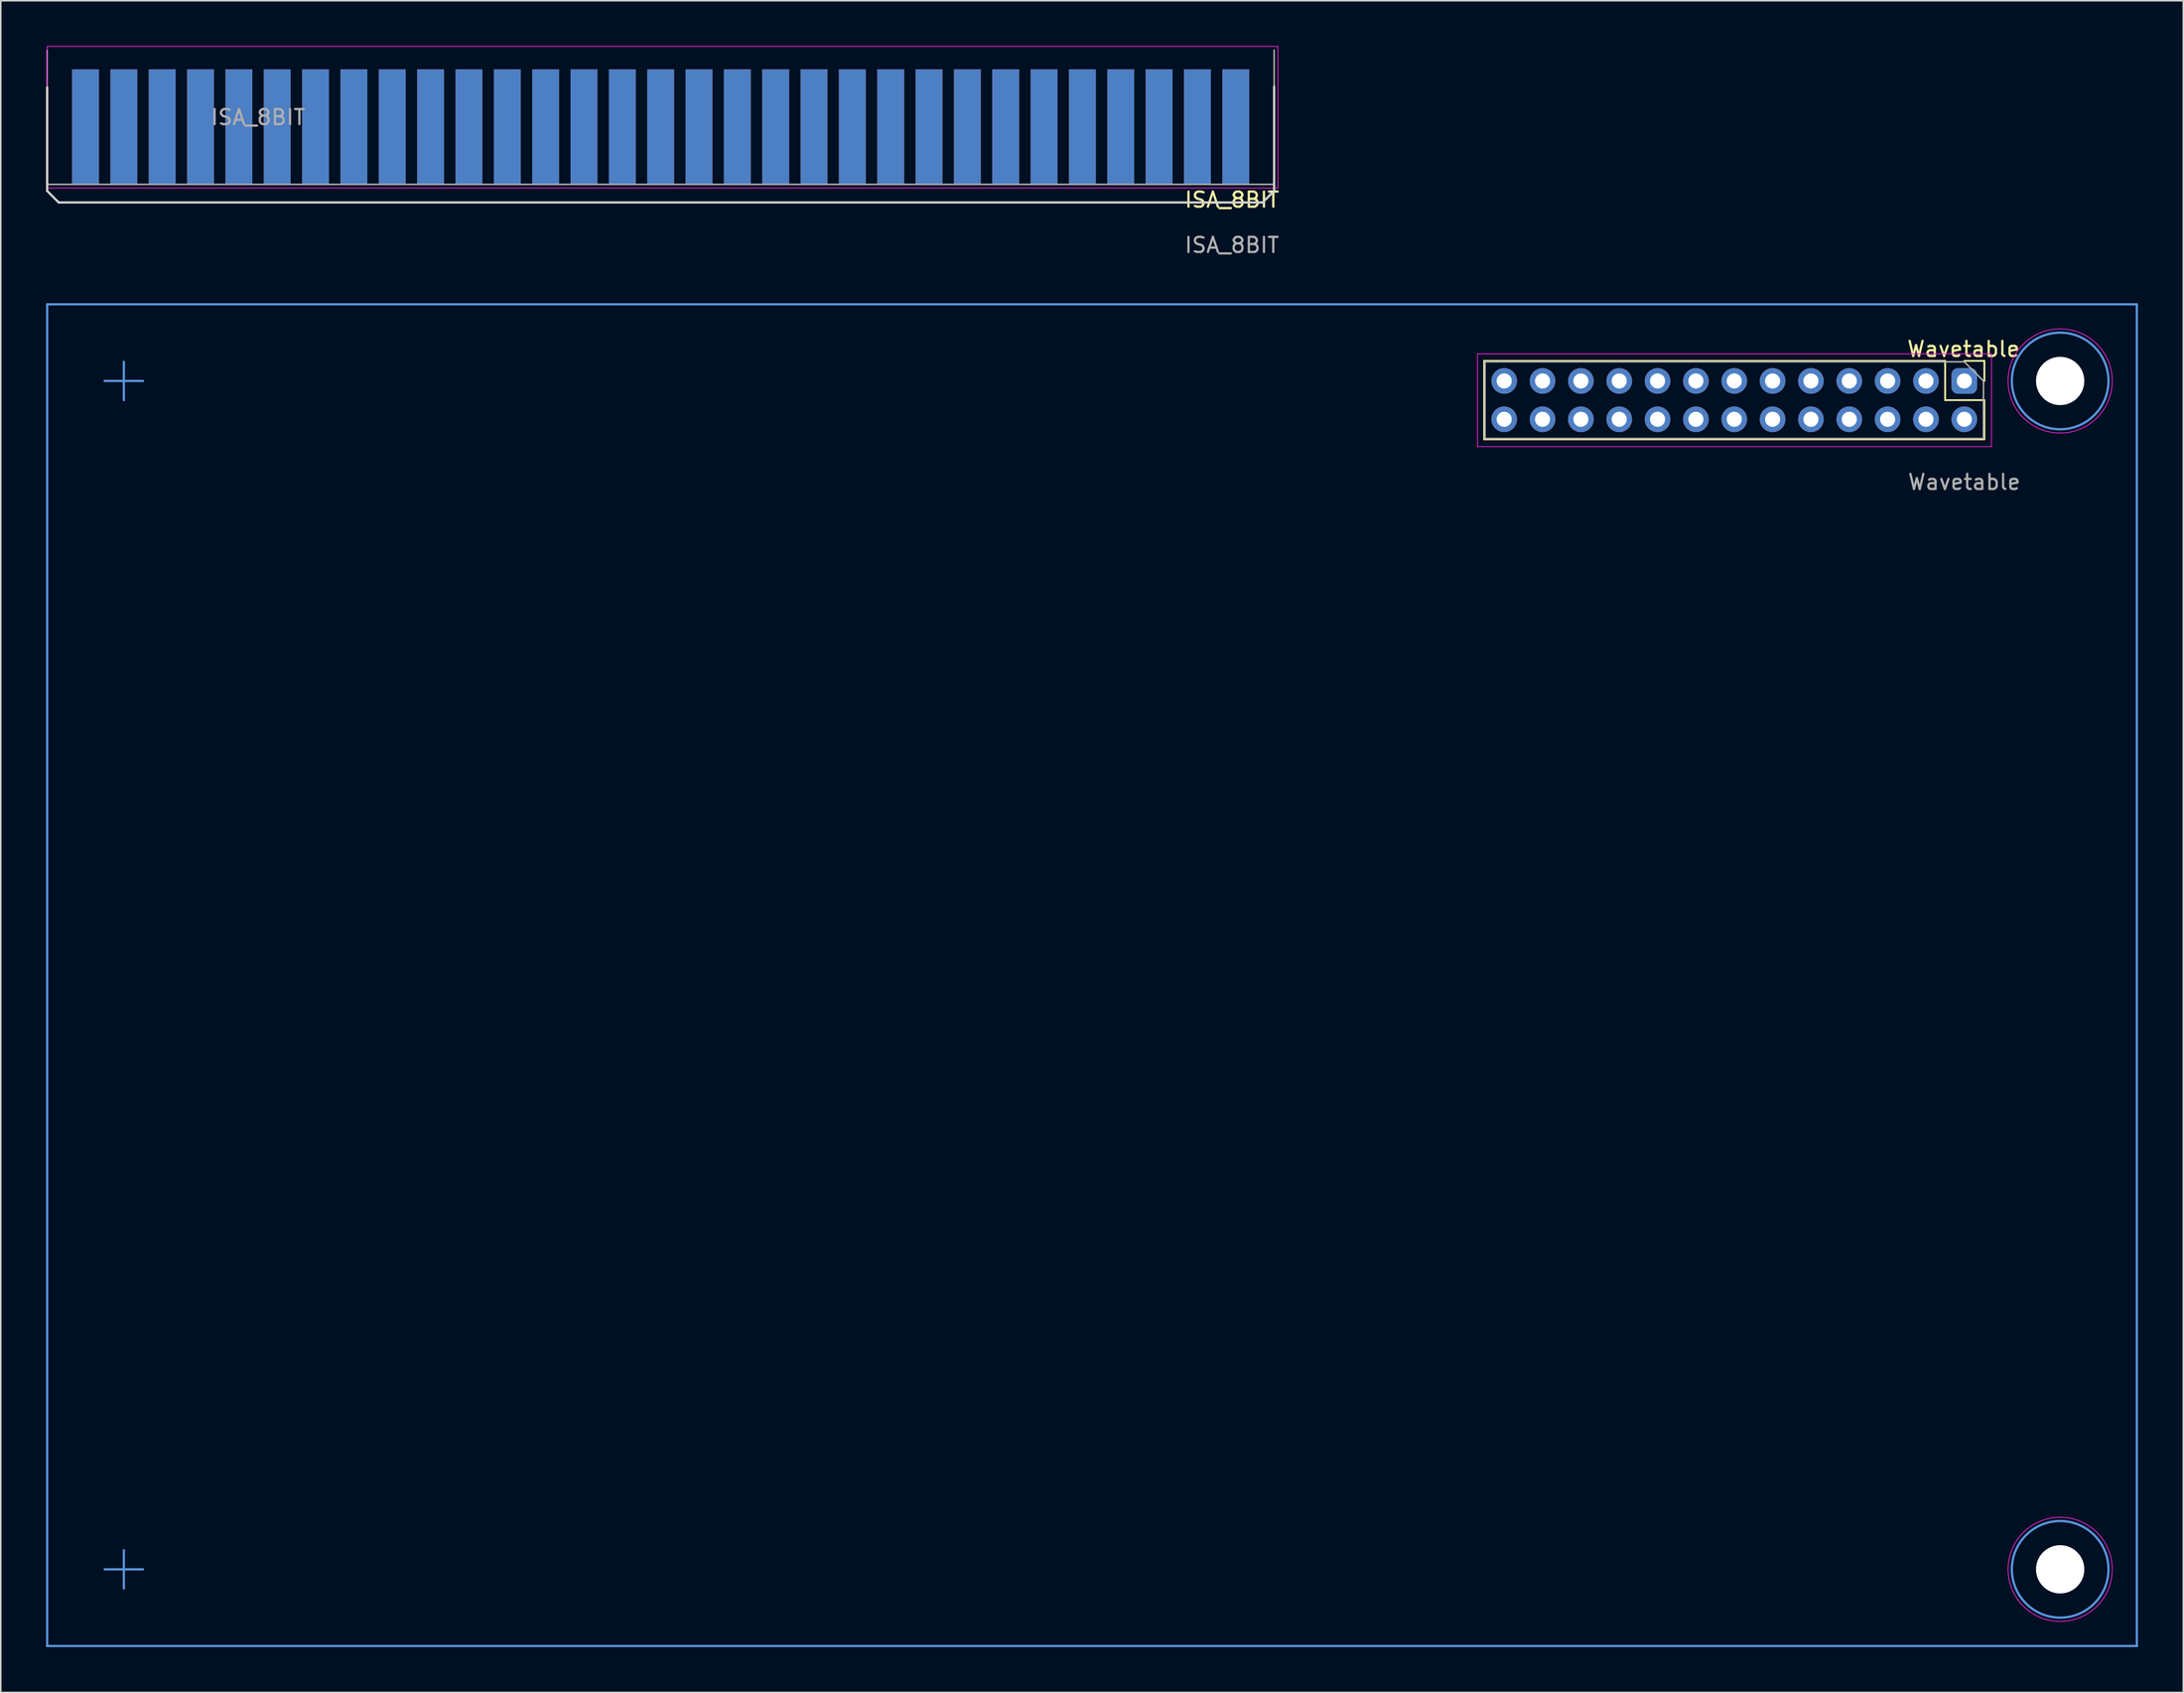
<source format=kicad_pcb>
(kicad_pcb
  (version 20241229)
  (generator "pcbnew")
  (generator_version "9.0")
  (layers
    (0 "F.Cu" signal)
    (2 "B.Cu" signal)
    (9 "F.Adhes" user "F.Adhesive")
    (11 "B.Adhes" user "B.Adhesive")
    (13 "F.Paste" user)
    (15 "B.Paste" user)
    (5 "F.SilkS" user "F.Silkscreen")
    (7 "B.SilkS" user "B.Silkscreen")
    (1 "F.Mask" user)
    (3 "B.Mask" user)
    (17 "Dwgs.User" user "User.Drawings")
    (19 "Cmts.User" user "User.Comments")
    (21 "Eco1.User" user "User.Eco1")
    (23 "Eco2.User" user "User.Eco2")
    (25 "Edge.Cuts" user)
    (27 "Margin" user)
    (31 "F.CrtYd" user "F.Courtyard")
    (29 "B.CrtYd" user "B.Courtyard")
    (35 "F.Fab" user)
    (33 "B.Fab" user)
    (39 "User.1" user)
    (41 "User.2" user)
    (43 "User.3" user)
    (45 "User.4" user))
  (footprint "Wavetable"
    (layer "F.Cu")
    (at 127.075 22.289)
    (property "Reference" "Wavetable" (at -0.051 -2.21 0) (unlocked yes) (layer "F.SilkS") (effects (font (size 1 1) (thickness 0.15))))
    (attr through_hole)
    (fp_line (start -31.81 -1.427) (end -31.81 3.773) (stroke (width 0.12) (type solid)) (layer "F.SilkS"))
    (fp_line (start -1.27 -1.427) (end -31.81 -1.427) (stroke (width 0.12) (type solid)) (layer "F.SilkS"))
    (fp_line (start -1.27 -1.427) (end -1.27 1.173) (stroke (width 0.12) (type solid)) (layer "F.SilkS"))
    (fp_line (start -1.27 1.173) (end 1.33 1.173) (stroke (width 0.12) (type solid)) (layer "F.SilkS"))
    (fp_line (start 0 -1.427) (end 1.33 -1.427) (stroke (width 0.12) (type solid)) (layer "F.SilkS"))
    (fp_line (start 1.33 -1.427) (end 1.33 -0.097) (stroke (width 0.12) (type solid)) (layer "F.SilkS"))
    (fp_line (start 1.33 1.173) (end 1.33 3.773) (stroke (width 0.12) (type solid)) (layer "F.SilkS"))
    (fp_line (start 1.33 3.773) (end -31.81 3.773) (stroke (width 0.12) (type solid)) (layer "F.SilkS"))
    (fp_line (start -127 -5.177) (end 11.43 -5.177) (stroke (width 0.15) (type solid)) (layer "Cmts.User"))
    (fp_line (start -127 83.723) (end -127 -5.177) (stroke (width 0.15) (type solid)) (layer "Cmts.User"))
    (fp_line (start -123.19 -0.097) (end -120.65 -0.097) (stroke (width 0.15) (type solid)) (layer "Cmts.User"))
    (fp_line (start -123.19 78.643) (end -120.65 78.643) (stroke (width 0.15) (type solid)) (layer "Cmts.User"))
    (fp_line (start -121.92 -1.367) (end -121.92 1.173) (stroke (width 0.15) (type solid)) (layer "Cmts.User"))
    (fp_line (start -121.92 77.373) (end -121.92 79.913) (stroke (width 0.15) (type solid)) (layer "Cmts.User"))
    (fp_line (start 11.43 -5.177) (end 11.43 83.723) (stroke (width 0.15) (type solid)) (layer "Cmts.User"))
    (fp_line (start 11.43 83.723) (end -127 83.723) (stroke (width 0.15) (type solid)) (layer "Cmts.User"))
    (fp_circle (center 6.35 -0.097) (end 9.55 -0.097) (stroke (width 0.15) (type solid)) (fill no) (layer "Cmts.User"))
    (fp_circle (center 6.35 78.643) (end 9.55 78.643) (stroke (width 0.15) (type solid)) (fill no) (layer "Cmts.User"))
    (fp_line (start -32.25 -1.897) (end -32.25 4.253) (stroke (width 0.05) (type solid)) (layer "F.CrtYd"))
    (fp_line (start -32.25 4.253) (end 1.8 4.253) (stroke (width 0.05) (type solid)) (layer "F.CrtYd"))
    (fp_line (start 1.8 -1.897) (end -32.25 -1.897) (stroke (width 0.05) (type solid)) (layer "F.CrtYd"))
    (fp_line (start 1.8 4.253) (end 1.8 -1.897) (stroke (width 0.05) (type solid)) (layer "F.CrtYd"))
    (fp_circle (center 6.35 -0.097) (end 9.8 -0.097) (stroke (width 0.05) (type solid)) (fill no) (layer "F.CrtYd"))
    (fp_circle (center 6.35 78.643) (end 9.8 78.643) (stroke (width 0.05) (type solid)) (fill no) (layer "F.CrtYd"))
    (fp_line (start -31.75 -1.367) (end 0 -1.367) (stroke (width 0.1) (type solid)) (layer "F.Fab"))
    (fp_line (start -31.75 3.713) (end -31.75 -1.367) (stroke (width 0.1) (type solid)) (layer "F.Fab"))
    (fp_line (start 0 -1.367) (end 1.27 -0.097) (stroke (width 0.1) (type solid)) (layer "F.Fab"))
    (fp_line (start 1.27 -0.097) (end 1.27 3.713) (stroke (width 0.1) (type solid)) (layer "F.Fab"))
    (fp_line (start 1.27 3.713) (end -31.75 3.713) (stroke (width 0.1) (type solid)) (layer "F.Fab"))
    (fp_text user "${REFERENCE}" (at 0 6.604 0) (unlocked yes) (layer "F.Fab") (effects (font (size 1 1) (thickness 0.15))))
    (pad "" np_thru_hole circle (at 6.35 -0.097) (size 3.2 3.2) (drill 3.2) (layers "*.Cu" "*.Mask"))
    (pad "" np_thru_hole circle (at 6.35 78.643) (size 3.2 3.2) (drill 3.2) (layers "*.Cu" "*.Mask"))
    (pad "1" thru_hole roundrect (at 0 -0.097 270) (size 1.7 1.7) (drill 1) (layers "*.Cu" "*.Mask") (roundrect_rratio 0.25))
    (pad "2" thru_hole oval (at 0 2.443 270) (size 1.7 1.7) (drill 1) (layers "*.Cu" "*.Mask"))
    (pad "3" thru_hole oval (at -2.54 -0.097 270) (size 1.7 1.7) (drill 1) (layers "*.Cu" "*.Mask"))
    (pad "4" thru_hole oval (at -2.54 2.443 270) (size 1.7 1.7) (drill 1) (layers "*.Cu" "*.Mask"))
    (pad "5" thru_hole oval (at -5.08 -0.097 270) (size 1.7 1.7) (drill 1) (layers "*.Cu" "*.Mask"))
    (pad "6" thru_hole oval (at -5.08 2.443 270) (size 1.7 1.7) (drill 1) (layers "*.Cu" "*.Mask"))
    (pad "7" thru_hole oval (at -7.62 -0.097 270) (size 1.7 1.7) (drill 1) (layers "*.Cu" "*.Mask"))
    (pad "8" thru_hole oval (at -7.62 2.443 270) (size 1.7 1.7) (drill 1) (layers "*.Cu" "*.Mask"))
    (pad "9" thru_hole oval (at -10.16 -0.097 270) (size 1.7 1.7) (drill 1) (layers "*.Cu" "*.Mask"))
    (pad "10" thru_hole oval (at -10.16 2.443 270) (size 1.7 1.7) (drill 1) (layers "*.Cu" "*.Mask"))
    (pad "11" thru_hole oval (at -12.7 -0.097 270) (size 1.7 1.7) (drill 1) (layers "*.Cu" "*.Mask"))
    (pad "12" thru_hole oval (at -12.7 2.443 270) (size 1.7 1.7) (drill 1) (layers "*.Cu" "*.Mask"))
    (pad "13" thru_hole oval (at -15.24 -0.097 270) (size 1.7 1.7) (drill 1) (layers "*.Cu" "*.Mask"))
    (pad "14" thru_hole oval (at -15.24 2.443 270) (size 1.7 1.7) (drill 1) (layers "*.Cu" "*.Mask"))
    (pad "15" thru_hole oval (at -17.78 -0.097 270) (size 1.7 1.7) (drill 1) (layers "*.Cu" "*.Mask"))
    (pad "16" thru_hole oval (at -17.78 2.443 270) (size 1.7 1.7) (drill 1) (layers "*.Cu" "*.Mask"))
    (pad "17" thru_hole oval (at -20.32 -0.097 270) (size 1.7 1.7) (drill 1) (layers "*.Cu" "*.Mask"))
    (pad "18" thru_hole oval (at -20.32 2.443 270) (size 1.7 1.7) (drill 1) (layers "*.Cu" "*.Mask"))
    (pad "19" thru_hole oval (at -22.86 -0.097 270) (size 1.7 1.7) (drill 1) (layers "*.Cu" "*.Mask"))
    (pad "20" thru_hole oval (at -22.86 2.443 270) (size 1.7 1.7) (drill 1) (layers "*.Cu" "*.Mask"))
    (pad "21" thru_hole oval (at -25.4 -0.097 270) (size 1.7 1.7) (drill 1) (layers "*.Cu" "*.Mask"))
    (pad "22" thru_hole oval (at -25.4 2.443 270) (size 1.7 1.7) (drill 1) (layers "*.Cu" "*.Mask"))
    (pad "23" thru_hole oval (at -27.94 -0.097 270) (size 1.7 1.7) (drill 1) (layers "*.Cu" "*.Mask"))
    (pad "24" thru_hole oval (at -27.94 2.443 270) (size 1.7 1.7) (drill 1) (layers "*.Cu" "*.Mask"))
    (pad "25" thru_hole oval (at -30.48 -0.097 270) (size 1.7 1.7) (drill 1) (layers "*.Cu" "*.Mask"))
    (pad "26" thru_hole oval (at -30.48 2.443 270) (size 1.7 1.7) (drill 1) (layers "*.Cu" "*.Mask")))
  (footprint "ISA_8BIT"
    (layer "F.Cu")
    (at 78.814 10.435)
    (property "Reference" "ISA_8BIT" (at -0.254 -0.246 0) (unlocked yes) (layer "F.SilkS") (effects (font (size 1 1) (thickness 0.15))))
    (fp_line (start -78.74 -7.691) (end -78.74 -0.834) (stroke (width 0.15) (type solid)) (layer "Edge.Cuts"))
    (fp_line (start -78.74 -0.834) (end -77.978 -0.071) (stroke (width 0.15) (type solid)) (layer "Edge.Cuts"))
    (fp_line (start -77.978 -0.071) (end 1.778 -0.071) (stroke (width 0.15) (type solid)) (layer "Edge.Cuts"))
    (fp_line (start 1.778 -0.071) (end 2.541 -0.834) (stroke (width 0.15) (type solid)) (layer "Edge.Cuts"))
    (fp_line (start 2.54 -7.747) (end 2.54 -0.889) (stroke (width 0.15) (type solid)) (layer "Edge.Cuts"))
    (fp_line (start -78.74 -10.41) (end -78.74 -1.02) (stroke (width 0.05) (type solid)) (layer "F.CrtYd"))
    (fp_line (start -78.74 -10.41) (end 2.79 -10.41) (stroke (width 0.05) (type solid)) (layer "F.CrtYd"))
    (fp_line (start 2.79 -1.02) (end -78.74 -1.02) (stroke (width 0.05) (type solid)) (layer "F.CrtYd"))
    (fp_line (start 2.79 -1.02) (end 2.79 -10.41) (stroke (width 0.05) (type solid)) (layer "F.CrtYd"))
    (fp_line (start -78.74 -1.27) (end -78.74 -10.16) (stroke (width 0.1) (type solid)) (layer "F.Fab"))
    (fp_line (start 2.54 -10.16) (end 2.54 -1.27) (stroke (width 0.1) (type solid)) (layer "F.Fab"))
    (fp_line (start 2.54 -1.27) (end -78.74 -1.27) (stroke (width 0.1) (type solid)) (layer "F.Fab"))
    (fp_text user "${REFERENCE}" (at -0.254 2.754 0) (unlocked yes) (layer "F.Fab") (effects (font (size 1 1) (thickness 0.15))))
    (fp_text user "${REFERENCE}" (at -64.77 -5.715 0) (layer "F.Fab") (effects (font (size 1 1) (thickness 0.15))))
    (pad "1" connect rect (at 0 -5.08) (size 1.78 7.62) (layers "B.Cu" "B.Mask"))
    (pad "2" connect rect (at -2.54 -5.08) (size 1.78 7.62) (layers "B.Cu" "B.Mask"))
    (pad "3" connect rect (at -5.08 -5.08) (size 1.78 7.62) (layers "B.Cu" "B.Mask"))
    (pad "4" connect rect (at -7.62 -5.08) (size 1.78 7.62) (layers "B.Cu" "B.Mask"))
    (pad "5" connect rect (at -10.16 -5.08) (size 1.78 7.62) (layers "B.Cu" "B.Mask"))
    (pad "6" connect rect (at -12.7 -5.08) (size 1.78 7.62) (layers "B.Cu" "B.Mask"))
    (pad "7" connect rect (at -15.24 -5.08) (size 1.78 7.62) (layers "B.Cu" "B.Mask"))
    (pad "8" connect rect (at -17.78 -5.08) (size 1.78 7.62) (layers "B.Cu" "B.Mask"))
    (pad "9" connect rect (at -20.32 -5.08) (size 1.78 7.62) (layers "B.Cu" "B.Mask"))
    (pad "10" connect rect (at -22.86 -5.08) (size 1.78 7.62) (layers "B.Cu" "B.Mask"))
    (pad "11" connect rect (at -25.4 -5.08) (size 1.78 7.62) (layers "B.Cu" "B.Mask"))
    (pad "12" connect rect (at -27.94 -5.08) (size 1.78 7.62) (layers "B.Cu" "B.Mask"))
    (pad "13" connect rect (at -30.48 -5.08) (size 1.78 7.62) (layers "B.Cu" "B.Mask"))
    (pad "14" connect rect (at -33.02 -5.08) (size 1.78 7.62) (layers "B.Cu" "B.Mask"))
    (pad "15" connect rect (at -35.56 -5.08) (size 1.78 7.62) (layers "B.Cu" "B.Mask"))
    (pad "16" connect rect (at -38.1 -5.08) (size 1.78 7.62) (layers "B.Cu" "B.Mask"))
    (pad "17" connect rect (at -40.64 -5.08) (size 1.78 7.62) (layers "B.Cu" "B.Mask"))
    (pad "18" connect rect (at -43.18 -5.08) (size 1.78 7.62) (layers "B.Cu" "B.Mask"))
    (pad "19" connect rect (at -45.72 -5.08) (size 1.78 7.62) (layers "B.Cu" "B.Mask"))
    (pad "20" connect rect (at -48.26 -5.08) (size 1.78 7.62) (layers "B.Cu" "B.Mask"))
    (pad "21" connect rect (at -50.8 -5.08) (size 1.78 7.62) (layers "B.Cu" "B.Mask"))
    (pad "22" connect rect (at -53.34 -5.08) (size 1.78 7.62) (layers "B.Cu" "B.Mask"))
    (pad "23" connect rect (at -55.88 -5.08) (size 1.78 7.62) (layers "B.Cu" "B.Mask"))
    (pad "24" connect rect (at -58.42 -5.08) (size 1.78 7.62) (layers "B.Cu" "B.Mask"))
    (pad "25" connect rect (at -60.96 -5.08) (size 1.78 7.62) (layers "B.Cu" "B.Mask"))
    (pad "26" connect rect (at -63.5 -5.08) (size 1.78 7.62) (layers "B.Cu" "B.Mask"))
    (pad "27" connect rect (at -66.04 -5.08) (size 1.78 7.62) (layers "B.Cu" "B.Mask"))
    (pad "28" connect rect (at -68.58 -5.08) (size 1.78 7.62) (layers "B.Cu" "B.Mask"))
    (pad "29" connect rect (at -71.12 -5.08) (size 1.78 7.62) (layers "B.Cu" "B.Mask"))
    (pad "30" connect rect (at -73.66 -5.08) (size 1.78 7.62) (layers "B.Cu" "B.Mask"))
    (pad "31" connect rect (at -76.2 -5.08) (size 1.78 7.62) (layers "B.Cu" "B.Mask"))
    (pad "32" connect rect (at 0 -5.08) (size 1.78 7.62) (layers "F.Cu" "F.Mask"))
    (pad "33" connect rect (at -2.54 -5.08) (size 1.78 7.62) (layers "F.Cu" "F.Mask"))
    (pad "34" connect rect (at -5.08 -5.08) (size 1.78 7.62) (layers "F.Cu" "F.Mask"))
    (pad "35" connect rect (at -7.62 -5.08) (size 1.78 7.62) (layers "F.Cu" "F.Mask"))
    (pad "36" connect rect (at -10.16 -5.08) (size 1.78 7.62) (layers "F.Cu" "F.Mask"))
    (pad "37" connect rect (at -12.7 -5.08) (size 1.78 7.62) (layers "F.Cu" "F.Mask"))
    (pad "38" connect rect (at -15.24 -5.08) (size 1.78 7.62) (layers "F.Cu" "F.Mask"))
    (pad "39" connect rect (at -17.78 -5.08) (size 1.78 7.62) (layers "F.Cu" "F.Mask"))
    (pad "40" connect rect (at -20.32 -5.08) (size 1.78 7.62) (layers "F.Cu" "F.Mask"))
    (pad "41" connect rect (at -22.86 -5.08) (size 1.78 7.62) (layers "F.Cu" "F.Mask"))
    (pad "42" connect rect (at -25.4 -5.08) (size 1.78 7.62) (layers "F.Cu" "F.Mask"))
    (pad "43" connect rect (at -27.94 -5.08) (size 1.78 7.62) (layers "F.Cu" "F.Mask"))
    (pad "44" connect rect (at -30.48 -5.08) (size 1.78 7.62) (layers "F.Cu" "F.Mask"))
    (pad "45" connect rect (at -33.02 -5.08) (size 1.78 7.62) (layers "F.Cu" "F.Mask"))
    (pad "46" connect rect (at -35.56 -5.08) (size 1.78 7.62) (layers "F.Cu" "F.Mask"))
    (pad "47" connect rect (at -38.1 -5.08) (size 1.78 7.62) (layers "F.Cu" "F.Mask"))
    (pad "48" connect rect (at -40.64 -5.08) (size 1.78 7.62) (layers "F.Cu" "F.Mask"))
    (pad "49" connect rect (at -43.18 -5.08) (size 1.78 7.62) (layers "F.Cu" "F.Mask"))
    (pad "50" connect rect (at -45.72 -5.08) (size 1.78 7.62) (layers "F.Cu" "F.Mask"))
    (pad "51" connect rect (at -48.26 -5.08) (size 1.78 7.62) (layers "F.Cu" "F.Mask"))
    (pad "52" connect rect (at -50.8 -5.08) (size 1.78 7.62) (layers "F.Cu" "F.Mask"))
    (pad "53" connect rect (at -53.34 -5.08) (size 1.78 7.62) (layers "F.Cu" "F.Mask"))
    (pad "54" connect rect (at -55.88 -5.08) (size 1.78 7.62) (layers "F.Cu" "F.Mask"))
    (pad "55" connect rect (at -58.42 -5.08) (size 1.78 7.62) (layers "F.Cu" "F.Mask"))
    (pad "56" connect rect (at -60.96 -5.08) (size 1.78 7.62) (layers "F.Cu" "F.Mask"))
    (pad "57" connect rect (at -63.5 -5.08) (size 1.78 7.62) (layers "F.Cu" "F.Mask"))
    (pad "58" connect rect (at -66.04 -5.08) (size 1.78 7.62) (layers "F.Cu" "F.Mask"))
    (pad "59" connect rect (at -68.58 -5.08) (size 1.78 7.62) (layers "F.Cu" "F.Mask"))
    (pad "60" connect rect (at -71.12 -5.08) (size 1.78 7.62) (layers "F.Cu" "F.Mask"))
    (pad "61" connect rect (at -73.66 -5.08) (size 1.78 7.62) (layers "F.Cu" "F.Mask"))
    (pad "62" connect rect (at -76.2 -5.08) (size 1.78 7.62) (layers "F.Cu" "F.Mask")))
  (gr_rect
    (start -3 -3)
    (end 141.58 109.087)
    (stroke (width 0.1) (type default))
    (fill no)
    (layer "Edge.Cuts")))
</source>
